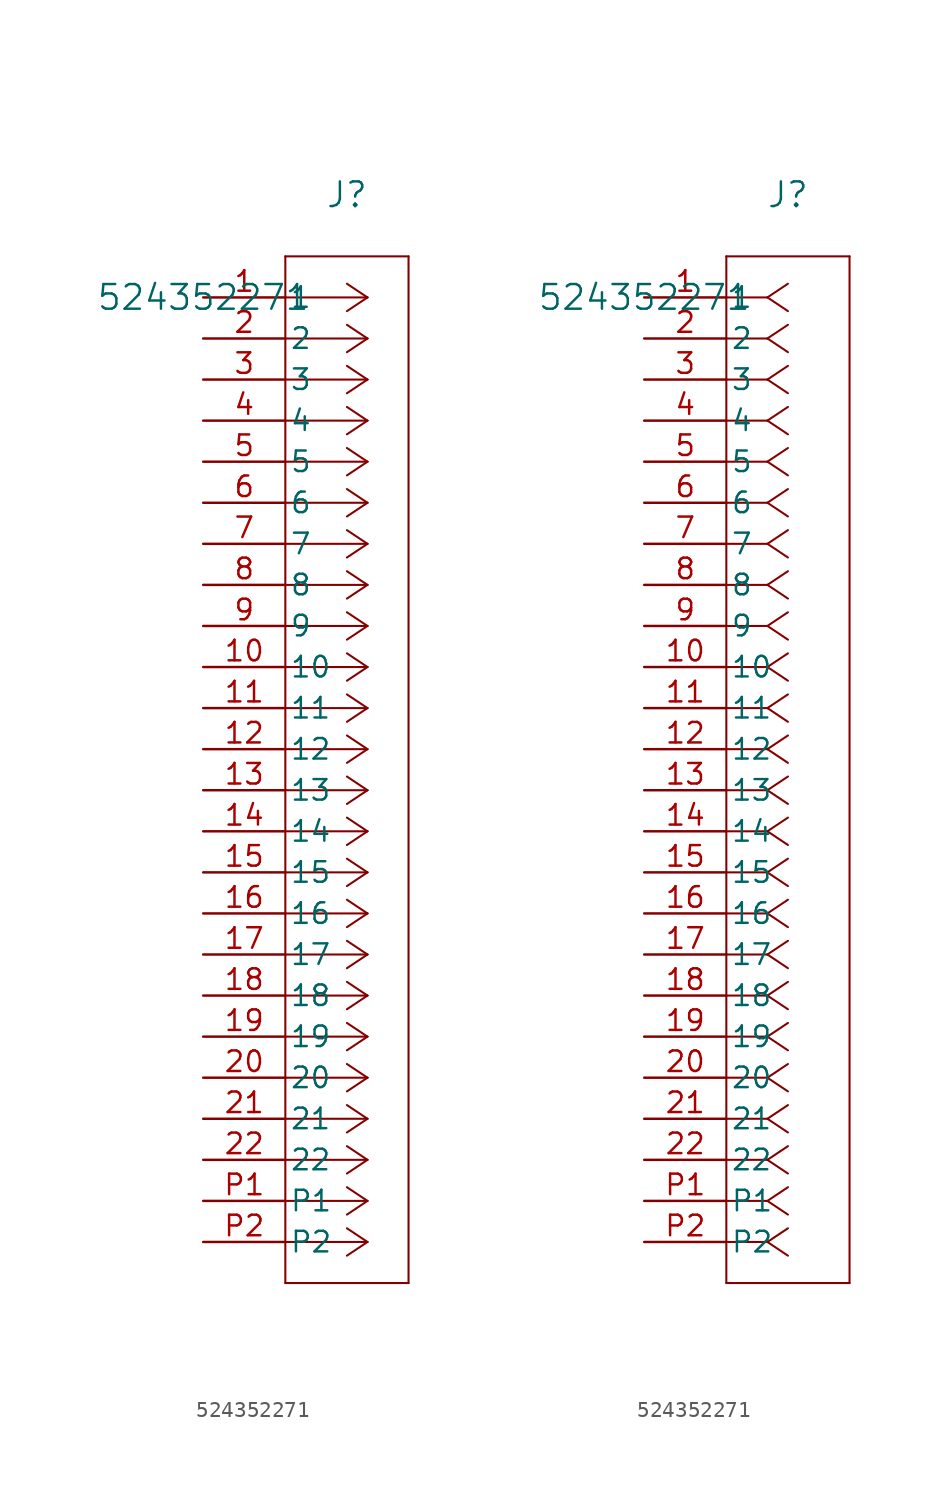
<source format=kicad_sym>
(kicad_symbol_lib
  (version 20211014)
  (generator kicad_symbol_editor)
  (symbol "524352271"
    (pin_names
      (offset 0.254))
    (property "Reference" "J"
      (at 8.89 6.35 0)
      (effects (font (size 1.524 1.524))))
    (property "Value" "524352271"
      (at 0 0 0)
      (effects (font (size 1.524 1.524))))
    (symbol "524352271_1_1"
      (polyline (pts (xy 10.16 0) (xy 5.08 0)) (stroke (width 0.127) (type default) (color 0 0 0 0)) (fill (type none)))
      (polyline (pts (xy 10.16 -2.54) (xy 5.08 -2.54)) (stroke (width 0.127) (type default) (color 0 0 0 0)) (fill (type none)))
      (polyline (pts (xy 10.16 -5.08) (xy 5.08 -5.08)) (stroke (width 0.127) (type default) (color 0 0 0 0)) (fill (type none)))
      (polyline (pts (xy 10.16 -7.62) (xy 5.08 -7.62)) (stroke (width 0.127) (type default) (color 0 0 0 0)) (fill (type none)))
      (polyline (pts (xy 10.16 -10.16) (xy 5.08 -10.16)) (stroke (width 0.127) (type default) (color 0 0 0 0)) (fill (type none)))
      (polyline (pts (xy 10.16 -12.7) (xy 5.08 -12.7)) (stroke (width 0.127) (type default) (color 0 0 0 0)) (fill (type none)))
      (polyline (pts (xy 10.16 -15.24) (xy 5.08 -15.24)) (stroke (width 0.127) (type default) (color 0 0 0 0)) (fill (type none)))
      (polyline (pts (xy 10.16 -17.78) (xy 5.08 -17.78)) (stroke (width 0.127) (type default) (color 0 0 0 0)) (fill (type none)))
      (polyline (pts (xy 10.16 -20.32) (xy 5.08 -20.32)) (stroke (width 0.127) (type default) (color 0 0 0 0)) (fill (type none)))
      (polyline (pts (xy 10.16 -22.86) (xy 5.08 -22.86)) (stroke (width 0.127) (type default) (color 0 0 0 0)) (fill (type none)))
      (polyline (pts (xy 10.16 -25.4) (xy 5.08 -25.4)) (stroke (width 0.127) (type default) (color 0 0 0 0)) (fill (type none)))
      (polyline (pts (xy 10.16 -27.94) (xy 5.08 -27.94)) (stroke (width 0.127) (type default) (color 0 0 0 0)) (fill (type none)))
      (polyline (pts (xy 10.16 -30.48) (xy 5.08 -30.48)) (stroke (width 0.127) (type default) (color 0 0 0 0)) (fill (type none)))
      (polyline (pts (xy 10.16 -33.02) (xy 5.08 -33.02)) (stroke (width 0.127) (type default) (color 0 0 0 0)) (fill (type none)))
      (polyline (pts (xy 10.16 -35.56) (xy 5.08 -35.56)) (stroke (width 0.127) (type default) (color 0 0 0 0)) (fill (type none)))
      (polyline (pts (xy 10.16 -38.1) (xy 5.08 -38.1)) (stroke (width 0.127) (type default) (color 0 0 0 0)) (fill (type none)))
      (polyline (pts (xy 10.16 -40.64) (xy 5.08 -40.64)) (stroke (width 0.127) (type default) (color 0 0 0 0)) (fill (type none)))
      (polyline (pts (xy 10.16 -43.18) (xy 5.08 -43.18)) (stroke (width 0.127) (type default) (color 0 0 0 0)) (fill (type none)))
      (polyline (pts (xy 10.16 -45.72) (xy 5.08 -45.72)) (stroke (width 0.127) (type default) (color 0 0 0 0)) (fill (type none)))
      (polyline (pts (xy 10.16 -48.26) (xy 5.08 -48.26)) (stroke (width 0.127) (type default) (color 0 0 0 0)) (fill (type none)))
      (polyline (pts (xy 10.16 -50.8) (xy 5.08 -50.8)) (stroke (width 0.127) (type default) (color 0 0 0 0)) (fill (type none)))
      (polyline (pts (xy 10.16 -53.34) (xy 5.08 -53.34)) (stroke (width 0.127) (type default) (color 0 0 0 0)) (fill (type none)))
      (polyline (pts (xy 10.16 -55.88) (xy 5.08 -55.88)) (stroke (width 0.127) (type default) (color 0 0 0 0)) (fill (type none)))
      (polyline (pts (xy 10.16 -58.42) (xy 5.08 -58.42)) (stroke (width 0.127) (type default) (color 0 0 0 0)) (fill (type none)))
      (polyline (pts (xy 10.16 0) (xy 8.89 0.847)) (stroke (width 0.127) (type default) (color 0 0 0 0)) (fill (type none)))
      (polyline (pts (xy 10.16 -2.54) (xy 8.89 -1.693)) (stroke (width 0.127) (type default) (color 0 0 0 0)) (fill (type none)))
      (polyline (pts (xy 10.16 -5.08) (xy 8.89 -4.233)) (stroke (width 0.127) (type default) (color 0 0 0 0)) (fill (type none)))
      (polyline (pts (xy 10.16 -7.62) (xy 8.89 -6.773)) (stroke (width 0.127) (type default) (color 0 0 0 0)) (fill (type none)))
      (polyline (pts (xy 10.16 -10.16) (xy 8.89 -9.313)) (stroke (width 0.127) (type default) (color 0 0 0 0)) (fill (type none)))
      (polyline (pts (xy 10.16 -12.7) (xy 8.89 -11.853)) (stroke (width 0.127) (type default) (color 0 0 0 0)) (fill (type none)))
      (polyline (pts (xy 10.16 -15.24) (xy 8.89 -14.393)) (stroke (width 0.127) (type default) (color 0 0 0 0)) (fill (type none)))
      (polyline (pts (xy 10.16 -17.78) (xy 8.89 -16.933)) (stroke (width 0.127) (type default) (color 0 0 0 0)) (fill (type none)))
      (polyline (pts (xy 10.16 -20.32) (xy 8.89 -19.473)) (stroke (width 0.127) (type default) (color 0 0 0 0)) (fill (type none)))
      (polyline (pts (xy 10.16 -22.86) (xy 8.89 -22.013)) (stroke (width 0.127) (type default) (color 0 0 0 0)) (fill (type none)))
      (polyline (pts (xy 10.16 -25.4) (xy 8.89 -24.553)) (stroke (width 0.127) (type default) (color 0 0 0 0)) (fill (type none)))
      (polyline (pts (xy 10.16 -27.94) (xy 8.89 -27.093)) (stroke (width 0.127) (type default) (color 0 0 0 0)) (fill (type none)))
      (polyline (pts (xy 10.16 -30.48) (xy 8.89 -29.633)) (stroke (width 0.127) (type default) (color 0 0 0 0)) (fill (type none)))
      (polyline (pts (xy 10.16 -33.02) (xy 8.89 -32.173)) (stroke (width 0.127) (type default) (color 0 0 0 0)) (fill (type none)))
      (polyline (pts (xy 10.16 -35.56) (xy 8.89 -34.713)) (stroke (width 0.127) (type default) (color 0 0 0 0)) (fill (type none)))
      (polyline (pts (xy 10.16 -38.1) (xy 8.89 -37.253)) (stroke (width 0.127) (type default) (color 0 0 0 0)) (fill (type none)))
      (polyline (pts (xy 10.16 -40.64) (xy 8.89 -39.793)) (stroke (width 0.127) (type default) (color 0 0 0 0)) (fill (type none)))
      (polyline (pts (xy 10.16 -43.18) (xy 8.89 -42.333)) (stroke (width 0.127) (type default) (color 0 0 0 0)) (fill (type none)))
      (polyline (pts (xy 10.16 -45.72) (xy 8.89 -44.873)) (stroke (width 0.127) (type default) (color 0 0 0 0)) (fill (type none)))
      (polyline (pts (xy 10.16 -48.26) (xy 8.89 -47.413)) (stroke (width 0.127) (type default) (color 0 0 0 0)) (fill (type none)))
      (polyline (pts (xy 10.16 -50.8) (xy 8.89 -49.953)) (stroke (width 0.127) (type default) (color 0 0 0 0)) (fill (type none)))
      (polyline (pts (xy 10.16 -53.34) (xy 8.89 -52.493)) (stroke (width 0.127) (type default) (color 0 0 0 0)) (fill (type none)))
      (polyline (pts (xy 10.16 -55.88) (xy 8.89 -55.033)) (stroke (width 0.127) (type default) (color 0 0 0 0)) (fill (type none)))
      (polyline (pts (xy 10.16 -58.42) (xy 8.89 -57.573)) (stroke (width 0.127) (type default) (color 0 0 0 0)) (fill (type none)))
      (polyline (pts (xy 10.16 0) (xy 8.89 -0.847)) (stroke (width 0.127) (type default) (color 0 0 0 0)) (fill (type none)))
      (polyline (pts (xy 10.16 -2.54) (xy 8.89 -3.387)) (stroke (width 0.127) (type default) (color 0 0 0 0)) (fill (type none)))
      (polyline (pts (xy 10.16 -5.08) (xy 8.89 -5.927)) (stroke (width 0.127) (type default) (color 0 0 0 0)) (fill (type none)))
      (polyline (pts (xy 10.16 -7.62) (xy 8.89 -8.467)) (stroke (width 0.127) (type default) (color 0 0 0 0)) (fill (type none)))
      (polyline (pts (xy 10.16 -10.16) (xy 8.89 -11.007)) (stroke (width 0.127) (type default) (color 0 0 0 0)) (fill (type none)))
      (polyline (pts (xy 10.16 -12.7) (xy 8.89 -13.547)) (stroke (width 0.127) (type default) (color 0 0 0 0)) (fill (type none)))
      (polyline (pts (xy 10.16 -15.24) (xy 8.89 -16.087)) (stroke (width 0.127) (type default) (color 0 0 0 0)) (fill (type none)))
      (polyline (pts (xy 10.16 -17.78) (xy 8.89 -18.627)) (stroke (width 0.127) (type default) (color 0 0 0 0)) (fill (type none)))
      (polyline (pts (xy 10.16 -20.32) (xy 8.89 -21.167)) (stroke (width 0.127) (type default) (color 0 0 0 0)) (fill (type none)))
      (polyline (pts (xy 10.16 -22.86) (xy 8.89 -23.707)) (stroke (width 0.127) (type default) (color 0 0 0 0)) (fill (type none)))
      (polyline (pts (xy 10.16 -25.4) (xy 8.89 -26.247)) (stroke (width 0.127) (type default) (color 0 0 0 0)) (fill (type none)))
      (polyline (pts (xy 10.16 -27.94) (xy 8.89 -28.787)) (stroke (width 0.127) (type default) (color 0 0 0 0)) (fill (type none)))
      (polyline (pts (xy 10.16 -30.48) (xy 8.89 -31.327)) (stroke (width 0.127) (type default) (color 0 0 0 0)) (fill (type none)))
      (polyline (pts (xy 10.16 -33.02) (xy 8.89 -33.867)) (stroke (width 0.127) (type default) (color 0 0 0 0)) (fill (type none)))
      (polyline (pts (xy 10.16 -35.56) (xy 8.89 -36.407)) (stroke (width 0.127) (type default) (color 0 0 0 0)) (fill (type none)))
      (polyline (pts (xy 10.16 -38.1) (xy 8.89 -38.947)) (stroke (width 0.127) (type default) (color 0 0 0 0)) (fill (type none)))
      (polyline (pts (xy 10.16 -40.64) (xy 8.89 -41.487)) (stroke (width 0.127) (type default) (color 0 0 0 0)) (fill (type none)))
      (polyline (pts (xy 10.16 -43.18) (xy 8.89 -44.027)) (stroke (width 0.127) (type default) (color 0 0 0 0)) (fill (type none)))
      (polyline (pts (xy 10.16 -45.72) (xy 8.89 -46.567)) (stroke (width 0.127) (type default) (color 0 0 0 0)) (fill (type none)))
      (polyline (pts (xy 10.16 -48.26) (xy 8.89 -49.107)) (stroke (width 0.127) (type default) (color 0 0 0 0)) (fill (type none)))
      (polyline (pts (xy 10.16 -50.8) (xy 8.89 -51.647)) (stroke (width 0.127) (type default) (color 0 0 0 0)) (fill (type none)))
      (polyline (pts (xy 10.16 -53.34) (xy 8.89 -54.187)) (stroke (width 0.127) (type default) (color 0 0 0 0)) (fill (type none)))
      (polyline (pts (xy 10.16 -55.88) (xy 8.89 -56.727)) (stroke (width 0.127) (type default) (color 0 0 0 0)) (fill (type none)))
      (polyline (pts (xy 10.16 -58.42) (xy 8.89 -59.267)) (stroke (width 0.127) (type default) (color 0 0 0 0)) (fill (type none)))
      (polyline (pts (xy 5.08 2.54) (xy 5.08 -60.96)) (stroke (width 0.127) (type default) (color 0 0 0 0)) (fill (type none)))
      (polyline (pts (xy 5.08 -60.96) (xy 12.7 -60.96)) (stroke (width 0.127) (type default) (color 0 0 0 0)) (fill (type none)))
      (polyline (pts (xy 12.7 -60.96) (xy 12.7 2.54)) (stroke (width 0.127) (type default) (color 0 0 0 0)) (fill (type none)))
      (polyline (pts (xy 12.7 2.54) (xy 5.08 2.54)) (stroke (width 0.127) (type default) (color 0 0 0 0)) (fill (type none)))
      (pin unspecified line (at 0 0 0) (length 5.08) (name "1" (effects (font (size 1.27 1.27)))) (number "1" (effects (font (size 1.27 1.27)))))
      (pin unspecified line (at 0 -2.54 0) (length 5.08) (name "2" (effects (font (size 1.27 1.27)))) (number "2" (effects (font (size 1.27 1.27)))))
      (pin unspecified line (at 0 -5.08 0) (length 5.08) (name "3" (effects (font (size 1.27 1.27)))) (number "3" (effects (font (size 1.27 1.27)))))
      (pin unspecified line (at 0 -7.62 0) (length 5.08) (name "4" (effects (font (size 1.27 1.27)))) (number "4" (effects (font (size 1.27 1.27)))))
      (pin unspecified line (at 0 -10.16 0) (length 5.08) (name "5" (effects (font (size 1.27 1.27)))) (number "5" (effects (font (size 1.27 1.27)))))
      (pin unspecified line (at 0 -12.7 0) (length 5.08) (name "6" (effects (font (size 1.27 1.27)))) (number "6" (effects (font (size 1.27 1.27)))))
      (pin unspecified line (at 0 -15.24 0) (length 5.08) (name "7" (effects (font (size 1.27 1.27)))) (number "7" (effects (font (size 1.27 1.27)))))
      (pin unspecified line (at 0 -17.78 0) (length 5.08) (name "8" (effects (font (size 1.27 1.27)))) (number "8" (effects (font (size 1.27 1.27)))))
      (pin unspecified line (at 0 -20.32 0) (length 5.08) (name "9" (effects (font (size 1.27 1.27)))) (number "9" (effects (font (size 1.27 1.27)))))
      (pin unspecified line (at 0 -22.86 0) (length 5.08) (name "10" (effects (font (size 1.27 1.27)))) (number "10" (effects (font (size 1.27 1.27)))))
      (pin unspecified line (at 0 -25.4 0) (length 5.08) (name "11" (effects (font (size 1.27 1.27)))) (number "11" (effects (font (size 1.27 1.27)))))
      (pin unspecified line (at 0 -27.94 0) (length 5.08) (name "12" (effects (font (size 1.27 1.27)))) (number "12" (effects (font (size 1.27 1.27)))))
      (pin unspecified line (at 0 -30.48 0) (length 5.08) (name "13" (effects (font (size 1.27 1.27)))) (number "13" (effects (font (size 1.27 1.27)))))
      (pin unspecified line (at 0 -33.02 0) (length 5.08) (name "14" (effects (font (size 1.27 1.27)))) (number "14" (effects (font (size 1.27 1.27)))))
      (pin unspecified line (at 0 -35.56 0) (length 5.08) (name "15" (effects (font (size 1.27 1.27)))) (number "15" (effects (font (size 1.27 1.27)))))
      (pin unspecified line (at 0 -38.1 0) (length 5.08) (name "16" (effects (font (size 1.27 1.27)))) (number "16" (effects (font (size 1.27 1.27)))))
      (pin unspecified line (at 0 -40.64 0) (length 5.08) (name "17" (effects (font (size 1.27 1.27)))) (number "17" (effects (font (size 1.27 1.27)))))
      (pin unspecified line (at 0 -43.18 0) (length 5.08) (name "18" (effects (font (size 1.27 1.27)))) (number "18" (effects (font (size 1.27 1.27)))))
      (pin unspecified line (at 0 -45.72 0) (length 5.08) (name "19" (effects (font (size 1.27 1.27)))) (number "19" (effects (font (size 1.27 1.27)))))
      (pin unspecified line (at 0 -48.26 0) (length 5.08) (name "20" (effects (font (size 1.27 1.27)))) (number "20" (effects (font (size 1.27 1.27)))))
      (pin unspecified line (at 0 -50.8 0) (length 5.08) (name "21" (effects (font (size 1.27 1.27)))) (number "21" (effects (font (size 1.27 1.27)))))
      (pin unspecified line (at 0 -53.34 0) (length 5.08) (name "22" (effects (font (size 1.27 1.27)))) (number "22" (effects (font (size 1.27 1.27)))))
      (pin unspecified line (at 0 -55.88 0) (length 5.08) (name "P1" (effects (font (size 1.27 1.27)))) (number "P1" (effects (font (size 1.27 1.27)))))
      (pin unspecified line (at 0 -58.42 0) (length 5.08) (name "P2" (effects (font (size 1.27 1.27)))) (number "P2" (effects (font (size 1.27 1.27))))))
    (symbol "524352271_1_2"
      (polyline (pts (xy 7.62 0) (xy 5.08 0)) (stroke (width 0.127) (type default) (color 0 0 0 0)) (fill (type none)))
      (polyline (pts (xy 7.62 -2.54) (xy 5.08 -2.54)) (stroke (width 0.127) (type default) (color 0 0 0 0)) (fill (type none)))
      (polyline (pts (xy 7.62 -5.08) (xy 5.08 -5.08)) (stroke (width 0.127) (type default) (color 0 0 0 0)) (fill (type none)))
      (polyline (pts (xy 7.62 -7.62) (xy 5.08 -7.62)) (stroke (width 0.127) (type default) (color 0 0 0 0)) (fill (type none)))
      (polyline (pts (xy 7.62 -10.16) (xy 5.08 -10.16)) (stroke (width 0.127) (type default) (color 0 0 0 0)) (fill (type none)))
      (polyline (pts (xy 7.62 -12.7) (xy 5.08 -12.7)) (stroke (width 0.127) (type default) (color 0 0 0 0)) (fill (type none)))
      (polyline (pts (xy 7.62 -15.24) (xy 5.08 -15.24)) (stroke (width 0.127) (type default) (color 0 0 0 0)) (fill (type none)))
      (polyline (pts (xy 7.62 -17.78) (xy 5.08 -17.78)) (stroke (width 0.127) (type default) (color 0 0 0 0)) (fill (type none)))
      (polyline (pts (xy 7.62 -20.32) (xy 5.08 -20.32)) (stroke (width 0.127) (type default) (color 0 0 0 0)) (fill (type none)))
      (polyline (pts (xy 7.62 -22.86) (xy 5.08 -22.86)) (stroke (width 0.127) (type default) (color 0 0 0 0)) (fill (type none)))
      (polyline (pts (xy 7.62 -25.4) (xy 5.08 -25.4)) (stroke (width 0.127) (type default) (color 0 0 0 0)) (fill (type none)))
      (polyline (pts (xy 7.62 -27.94) (xy 5.08 -27.94)) (stroke (width 0.127) (type default) (color 0 0 0 0)) (fill (type none)))
      (polyline (pts (xy 7.62 -30.48) (xy 5.08 -30.48)) (stroke (width 0.127) (type default) (color 0 0 0 0)) (fill (type none)))
      (polyline (pts (xy 7.62 -33.02) (xy 5.08 -33.02)) (stroke (width 0.127) (type default) (color 0 0 0 0)) (fill (type none)))
      (polyline (pts (xy 7.62 -35.56) (xy 5.08 -35.56)) (stroke (width 0.127) (type default) (color 0 0 0 0)) (fill (type none)))
      (polyline (pts (xy 7.62 -38.1) (xy 5.08 -38.1)) (stroke (width 0.127) (type default) (color 0 0 0 0)) (fill (type none)))
      (polyline (pts (xy 7.62 -40.64) (xy 5.08 -40.64)) (stroke (width 0.127) (type default) (color 0 0 0 0)) (fill (type none)))
      (polyline (pts (xy 7.62 -43.18) (xy 5.08 -43.18)) (stroke (width 0.127) (type default) (color 0 0 0 0)) (fill (type none)))
      (polyline (pts (xy 7.62 -45.72) (xy 5.08 -45.72)) (stroke (width 0.127) (type default) (color 0 0 0 0)) (fill (type none)))
      (polyline (pts (xy 7.62 -48.26) (xy 5.08 -48.26)) (stroke (width 0.127) (type default) (color 0 0 0 0)) (fill (type none)))
      (polyline (pts (xy 7.62 -50.8) (xy 5.08 -50.8)) (stroke (width 0.127) (type default) (color 0 0 0 0)) (fill (type none)))
      (polyline (pts (xy 7.62 -53.34) (xy 5.08 -53.34)) (stroke (width 0.127) (type default) (color 0 0 0 0)) (fill (type none)))
      (polyline (pts (xy 7.62 -55.88) (xy 5.08 -55.88)) (stroke (width 0.127) (type default) (color 0 0 0 0)) (fill (type none)))
      (polyline (pts (xy 7.62 -58.42) (xy 5.08 -58.42)) (stroke (width 0.127) (type default) (color 0 0 0 0)) (fill (type none)))
      (polyline (pts (xy 7.62 0) (xy 8.89 0.847)) (stroke (width 0.127) (type default) (color 0 0 0 0)) (fill (type none)))
      (polyline (pts (xy 7.62 -2.54) (xy 8.89 -1.693)) (stroke (width 0.127) (type default) (color 0 0 0 0)) (fill (type none)))
      (polyline (pts (xy 7.62 -5.08) (xy 8.89 -4.233)) (stroke (width 0.127) (type default) (color 0 0 0 0)) (fill (type none)))
      (polyline (pts (xy 7.62 -7.62) (xy 8.89 -6.773)) (stroke (width 0.127) (type default) (color 0 0 0 0)) (fill (type none)))
      (polyline (pts (xy 7.62 -10.16) (xy 8.89 -9.313)) (stroke (width 0.127) (type default) (color 0 0 0 0)) (fill (type none)))
      (polyline (pts (xy 7.62 -12.7) (xy 8.89 -11.853)) (stroke (width 0.127) (type default) (color 0 0 0 0)) (fill (type none)))
      (polyline (pts (xy 7.62 -15.24) (xy 8.89 -14.393)) (stroke (width 0.127) (type default) (color 0 0 0 0)) (fill (type none)))
      (polyline (pts (xy 7.62 -17.78) (xy 8.89 -16.933)) (stroke (width 0.127) (type default) (color 0 0 0 0)) (fill (type none)))
      (polyline (pts (xy 7.62 -20.32) (xy 8.89 -19.473)) (stroke (width 0.127) (type default) (color 0 0 0 0)) (fill (type none)))
      (polyline (pts (xy 7.62 -22.86) (xy 8.89 -22.013)) (stroke (width 0.127) (type default) (color 0 0 0 0)) (fill (type none)))
      (polyline (pts (xy 7.62 -25.4) (xy 8.89 -24.553)) (stroke (width 0.127) (type default) (color 0 0 0 0)) (fill (type none)))
      (polyline (pts (xy 7.62 -27.94) (xy 8.89 -27.093)) (stroke (width 0.127) (type default) (color 0 0 0 0)) (fill (type none)))
      (polyline (pts (xy 7.62 -30.48) (xy 8.89 -29.633)) (stroke (width 0.127) (type default) (color 0 0 0 0)) (fill (type none)))
      (polyline (pts (xy 7.62 -33.02) (xy 8.89 -32.173)) (stroke (width 0.127) (type default) (color 0 0 0 0)) (fill (type none)))
      (polyline (pts (xy 7.62 -35.56) (xy 8.89 -34.713)) (stroke (width 0.127) (type default) (color 0 0 0 0)) (fill (type none)))
      (polyline (pts (xy 7.62 -38.1) (xy 8.89 -37.253)) (stroke (width 0.127) (type default) (color 0 0 0 0)) (fill (type none)))
      (polyline (pts (xy 7.62 -40.64) (xy 8.89 -39.793)) (stroke (width 0.127) (type default) (color 0 0 0 0)) (fill (type none)))
      (polyline (pts (xy 7.62 -43.18) (xy 8.89 -42.333)) (stroke (width 0.127) (type default) (color 0 0 0 0)) (fill (type none)))
      (polyline (pts (xy 7.62 -45.72) (xy 8.89 -44.873)) (stroke (width 0.127) (type default) (color 0 0 0 0)) (fill (type none)))
      (polyline (pts (xy 7.62 -48.26) (xy 8.89 -47.413)) (stroke (width 0.127) (type default) (color 0 0 0 0)) (fill (type none)))
      (polyline (pts (xy 7.62 -50.8) (xy 8.89 -49.953)) (stroke (width 0.127) (type default) (color 0 0 0 0)) (fill (type none)))
      (polyline (pts (xy 7.62 -53.34) (xy 8.89 -52.493)) (stroke (width 0.127) (type default) (color 0 0 0 0)) (fill (type none)))
      (polyline (pts (xy 7.62 -55.88) (xy 8.89 -55.033)) (stroke (width 0.127) (type default) (color 0 0 0 0)) (fill (type none)))
      (polyline (pts (xy 7.62 -58.42) (xy 8.89 -57.573)) (stroke (width 0.127) (type default) (color 0 0 0 0)) (fill (type none)))
      (polyline (pts (xy 7.62 0) (xy 8.89 -0.847)) (stroke (width 0.127) (type default) (color 0 0 0 0)) (fill (type none)))
      (polyline (pts (xy 7.62 -2.54) (xy 8.89 -3.387)) (stroke (width 0.127) (type default) (color 0 0 0 0)) (fill (type none)))
      (polyline (pts (xy 7.62 -5.08) (xy 8.89 -5.927)) (stroke (width 0.127) (type default) (color 0 0 0 0)) (fill (type none)))
      (polyline (pts (xy 7.62 -7.62) (xy 8.89 -8.467)) (stroke (width 0.127) (type default) (color 0 0 0 0)) (fill (type none)))
      (polyline (pts (xy 7.62 -10.16) (xy 8.89 -11.007)) (stroke (width 0.127) (type default) (color 0 0 0 0)) (fill (type none)))
      (polyline (pts (xy 7.62 -12.7) (xy 8.89 -13.547)) (stroke (width 0.127) (type default) (color 0 0 0 0)) (fill (type none)))
      (polyline (pts (xy 7.62 -15.24) (xy 8.89 -16.087)) (stroke (width 0.127) (type default) (color 0 0 0 0)) (fill (type none)))
      (polyline (pts (xy 7.62 -17.78) (xy 8.89 -18.627)) (stroke (width 0.127) (type default) (color 0 0 0 0)) (fill (type none)))
      (polyline (pts (xy 7.62 -20.32) (xy 8.89 -21.167)) (stroke (width 0.127) (type default) (color 0 0 0 0)) (fill (type none)))
      (polyline (pts (xy 7.62 -22.86) (xy 8.89 -23.707)) (stroke (width 0.127) (type default) (color 0 0 0 0)) (fill (type none)))
      (polyline (pts (xy 7.62 -25.4) (xy 8.89 -26.247)) (stroke (width 0.127) (type default) (color 0 0 0 0)) (fill (type none)))
      (polyline (pts (xy 7.62 -27.94) (xy 8.89 -28.787)) (stroke (width 0.127) (type default) (color 0 0 0 0)) (fill (type none)))
      (polyline (pts (xy 7.62 -30.48) (xy 8.89 -31.327)) (stroke (width 0.127) (type default) (color 0 0 0 0)) (fill (type none)))
      (polyline (pts (xy 7.62 -33.02) (xy 8.89 -33.867)) (stroke (width 0.127) (type default) (color 0 0 0 0)) (fill (type none)))
      (polyline (pts (xy 7.62 -35.56) (xy 8.89 -36.407)) (stroke (width 0.127) (type default) (color 0 0 0 0)) (fill (type none)))
      (polyline (pts (xy 7.62 -38.1) (xy 8.89 -38.947)) (stroke (width 0.127) (type default) (color 0 0 0 0)) (fill (type none)))
      (polyline (pts (xy 7.62 -40.64) (xy 8.89 -41.487)) (stroke (width 0.127) (type default) (color 0 0 0 0)) (fill (type none)))
      (polyline (pts (xy 7.62 -43.18) (xy 8.89 -44.027)) (stroke (width 0.127) (type default) (color 0 0 0 0)) (fill (type none)))
      (polyline (pts (xy 7.62 -45.72) (xy 8.89 -46.567)) (stroke (width 0.127) (type default) (color 0 0 0 0)) (fill (type none)))
      (polyline (pts (xy 7.62 -48.26) (xy 8.89 -49.107)) (stroke (width 0.127) (type default) (color 0 0 0 0)) (fill (type none)))
      (polyline (pts (xy 7.62 -50.8) (xy 8.89 -51.647)) (stroke (width 0.127) (type default) (color 0 0 0 0)) (fill (type none)))
      (polyline (pts (xy 7.62 -53.34) (xy 8.89 -54.187)) (stroke (width 0.127) (type default) (color 0 0 0 0)) (fill (type none)))
      (polyline (pts (xy 7.62 -55.88) (xy 8.89 -56.727)) (stroke (width 0.127) (type default) (color 0 0 0 0)) (fill (type none)))
      (polyline (pts (xy 7.62 -58.42) (xy 8.89 -59.267)) (stroke (width 0.127) (type default) (color 0 0 0 0)) (fill (type none)))
      (polyline (pts (xy 5.08 2.54) (xy 5.08 -60.96)) (stroke (width 0.127) (type default) (color 0 0 0 0)) (fill (type none)))
      (polyline (pts (xy 5.08 -60.96) (xy 12.7 -60.96)) (stroke (width 0.127) (type default) (color 0 0 0 0)) (fill (type none)))
      (polyline (pts (xy 12.7 -60.96) (xy 12.7 2.54)) (stroke (width 0.127) (type default) (color 0 0 0 0)) (fill (type none)))
      (polyline (pts (xy 12.7 2.54) (xy 5.08 2.54)) (stroke (width 0.127) (type default) (color 0 0 0 0)) (fill (type none)))
      (pin unspecified line (at 0 0 0) (length 5.08) (name "1" (effects (font (size 1.27 1.27)))) (number "1" (effects (font (size 1.27 1.27)))))
      (pin unspecified line (at 0 -2.54 0) (length 5.08) (name "2" (effects (font (size 1.27 1.27)))) (number "2" (effects (font (size 1.27 1.27)))))
      (pin unspecified line (at 0 -5.08 0) (length 5.08) (name "3" (effects (font (size 1.27 1.27)))) (number "3" (effects (font (size 1.27 1.27)))))
      (pin unspecified line (at 0 -7.62 0) (length 5.08) (name "4" (effects (font (size 1.27 1.27)))) (number "4" (effects (font (size 1.27 1.27)))))
      (pin unspecified line (at 0 -10.16 0) (length 5.08) (name "5" (effects (font (size 1.27 1.27)))) (number "5" (effects (font (size 1.27 1.27)))))
      (pin unspecified line (at 0 -12.7 0) (length 5.08) (name "6" (effects (font (size 1.27 1.27)))) (number "6" (effects (font (size 1.27 1.27)))))
      (pin unspecified line (at 0 -15.24 0) (length 5.08) (name "7" (effects (font (size 1.27 1.27)))) (number "7" (effects (font (size 1.27 1.27)))))
      (pin unspecified line (at 0 -17.78 0) (length 5.08) (name "8" (effects (font (size 1.27 1.27)))) (number "8" (effects (font (size 1.27 1.27)))))
      (pin unspecified line (at 0 -20.32 0) (length 5.08) (name "9" (effects (font (size 1.27 1.27)))) (number "9" (effects (font (size 1.27 1.27)))))
      (pin unspecified line (at 0 -22.86 0) (length 5.08) (name "10" (effects (font (size 1.27 1.27)))) (number "10" (effects (font (size 1.27 1.27)))))
      (pin unspecified line (at 0 -25.4 0) (length 5.08) (name "11" (effects (font (size 1.27 1.27)))) (number "11" (effects (font (size 1.27 1.27)))))
      (pin unspecified line (at 0 -27.94 0) (length 5.08) (name "12" (effects (font (size 1.27 1.27)))) (number "12" (effects (font (size 1.27 1.27)))))
      (pin unspecified line (at 0 -30.48 0) (length 5.08) (name "13" (effects (font (size 1.27 1.27)))) (number "13" (effects (font (size 1.27 1.27)))))
      (pin unspecified line (at 0 -33.02 0) (length 5.08) (name "14" (effects (font (size 1.27 1.27)))) (number "14" (effects (font (size 1.27 1.27)))))
      (pin unspecified line (at 0 -35.56 0) (length 5.08) (name "15" (effects (font (size 1.27 1.27)))) (number "15" (effects (font (size 1.27 1.27)))))
      (pin unspecified line (at 0 -38.1 0) (length 5.08) (name "16" (effects (font (size 1.27 1.27)))) (number "16" (effects (font (size 1.27 1.27)))))
      (pin unspecified line (at 0 -40.64 0) (length 5.08) (name "17" (effects (font (size 1.27 1.27)))) (number "17" (effects (font (size 1.27 1.27)))))
      (pin unspecified line (at 0 -43.18 0) (length 5.08) (name "18" (effects (font (size 1.27 1.27)))) (number "18" (effects (font (size 1.27 1.27)))))
      (pin unspecified line (at 0 -45.72 0) (length 5.08) (name "19" (effects (font (size 1.27 1.27)))) (number "19" (effects (font (size 1.27 1.27)))))
      (pin unspecified line (at 0 -48.26 0) (length 5.08) (name "20" (effects (font (size 1.27 1.27)))) (number "20" (effects (font (size 1.27 1.27)))))
      (pin unspecified line (at 0 -50.8 0) (length 5.08) (name "21" (effects (font (size 1.27 1.27)))) (number "21" (effects (font (size 1.27 1.27)))))
      (pin unspecified line (at 0 -53.34 0) (length 5.08) (name "22" (effects (font (size 1.27 1.27)))) (number "22" (effects (font (size 1.27 1.27)))))
      (pin unspecified line (at 0 -55.88 0) (length 5.08) (name "P1" (effects (font (size 1.27 1.27)))) (number "P1" (effects (font (size 1.27 1.27)))))
      (pin unspecified line (at 0 -58.42 0) (length 5.08) (name "P2" (effects (font (size 1.27 1.27)))) (number "P2" (effects (font (size 1.27 1.27))))))))
</source>
